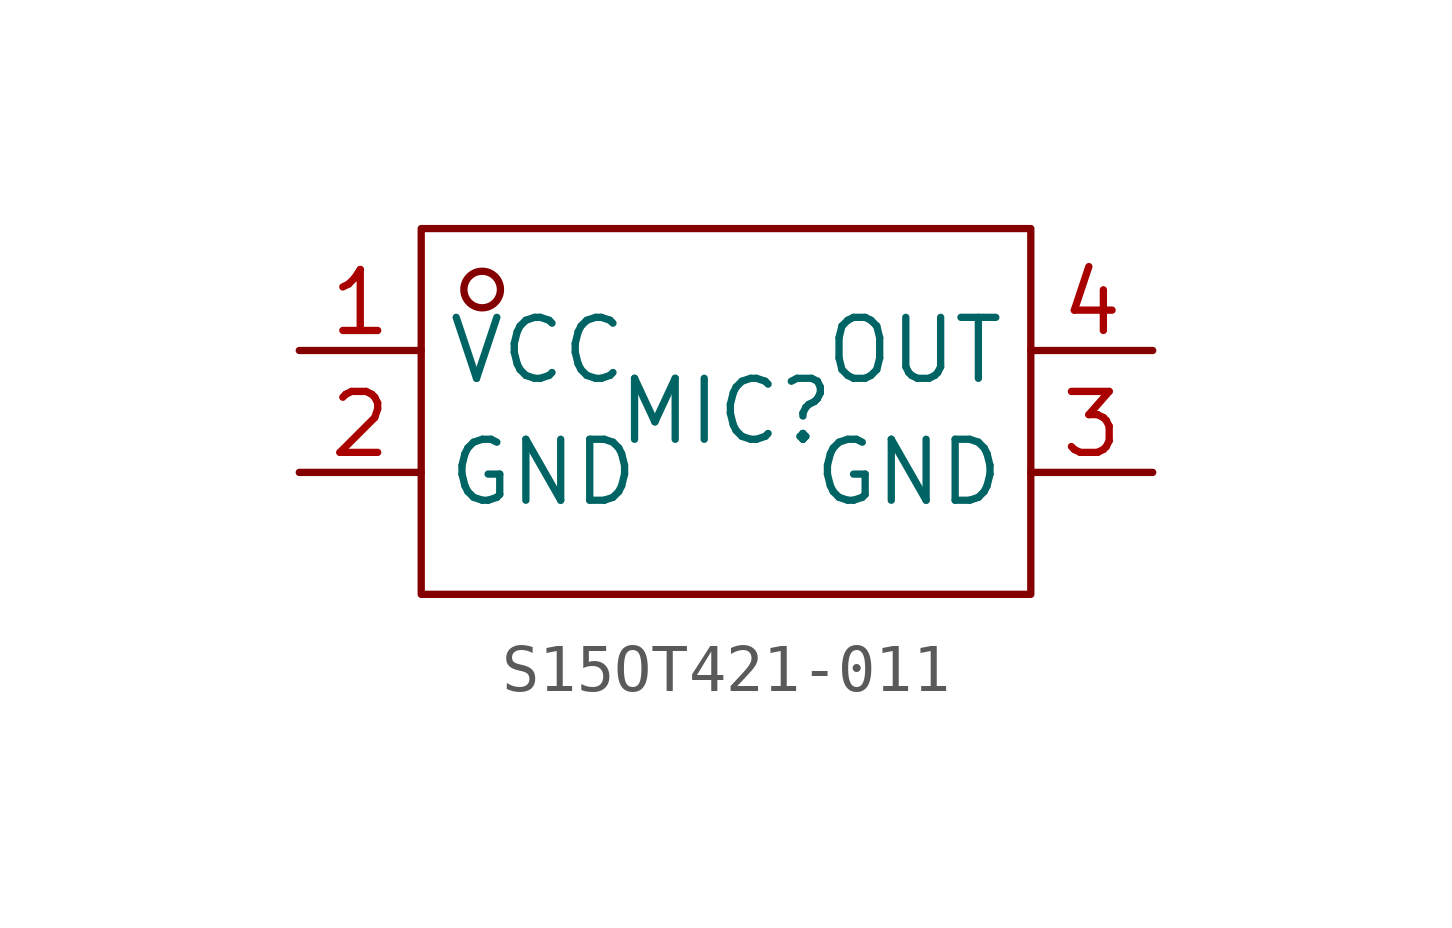
<source format=kicad_sym>
(kicad_symbol_lib
  (version 20231120)
  (generator "kicad_symbol_editor")
  (generator_version "8.0")
  (symbol "S15OT421-011"
    (property "Reference" "MIC"
      (at 0 0 0)
      (effects (font (size 1.27 1.27))))
    (property "Value" ""
      (at 0 0 0)
      (effects (font (size 1.27 1.27))))
    (symbol "S15OT421-011_1_0"
      (rectangle (start -6.35 -3.81) (end 6.35 3.81) (stroke (width 0) (type default)) (fill (type none)))
      (circle (center -5.08 2.54) (radius 0.381) (stroke (width 0) (type default)) (fill (type none)))
      (pin input line (at -8.89 1.27 0) (length 2.54) (name "VCC" (effects (font (size 1.27 1.27)))) (number "1" (effects (font (size 1.27 1.27)))))
      (pin input line (at -8.89 -1.27 0) (length 2.54) (name "GND" (effects (font (size 1.27 1.27)))) (number "2" (effects (font (size 1.27 1.27)))))
      (pin input line (at 8.89 -1.27 180) (length 2.54) (name "GND" (effects (font (size 1.27 1.27)))) (number "3" (effects (font (size 1.27 1.27)))))
      (pin input line (at 8.89 1.27 180) (length 2.54) (name "OUT" (effects (font (size 1.27 1.27)))) (number "4" (effects (font (size 1.27 1.27))))))))
</source>
